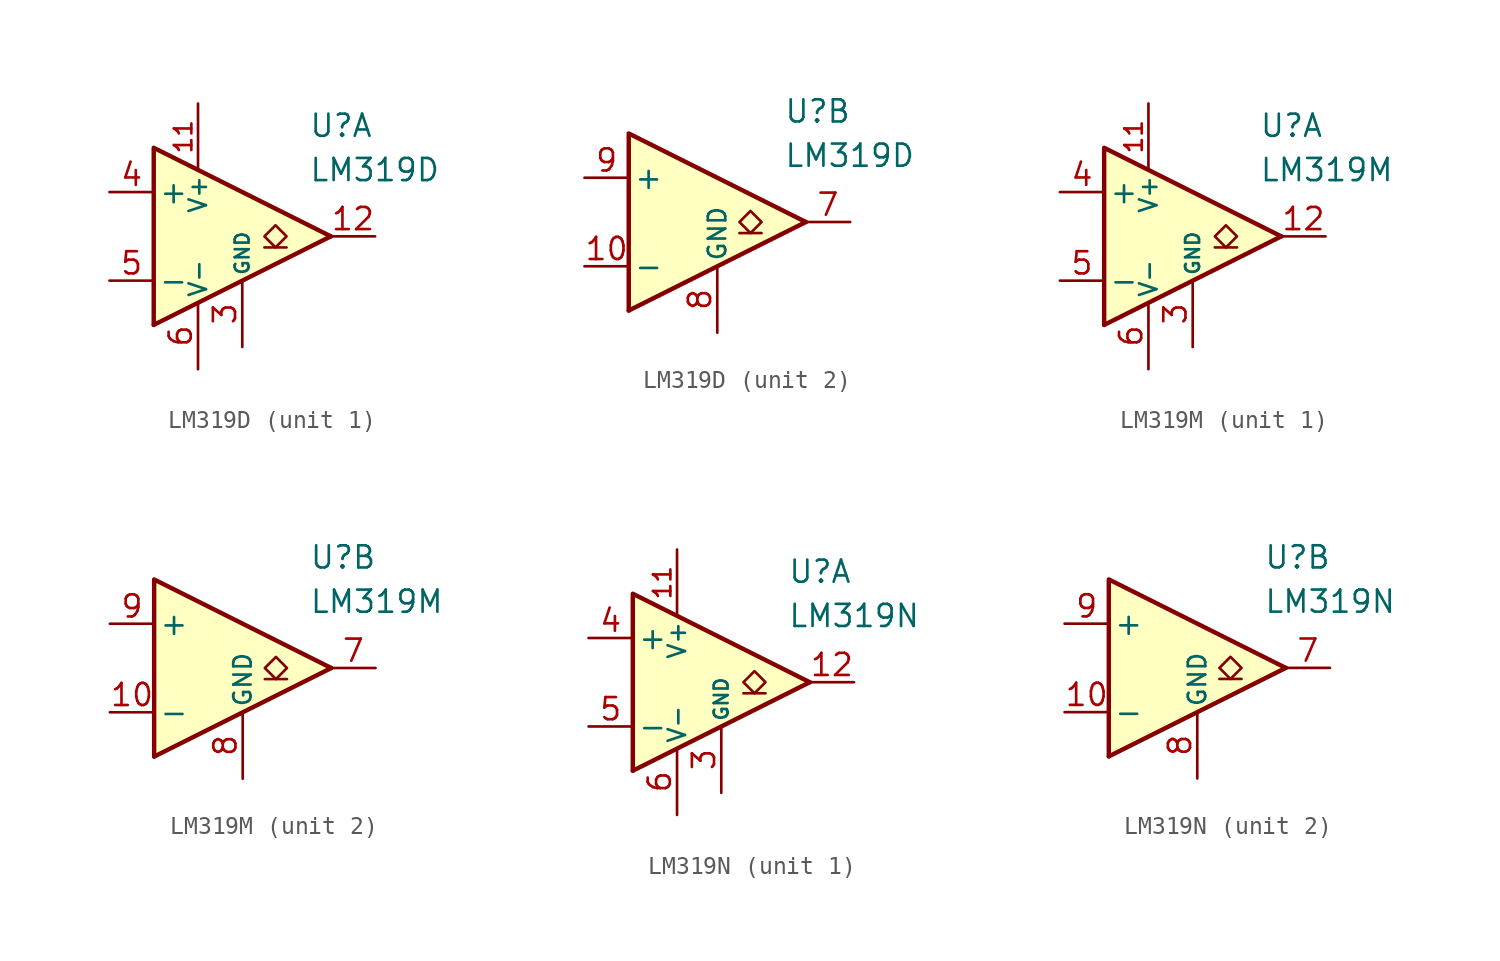
<source format=kicad_sym>
(kicad_symbol_lib
  (version 20231120)
  (generator "kicad_symbol_editor")
  (generator_version "8.0")
  (symbol "LM319D"
    (pin_names
      (offset 0.254))
    (property "Reference" "U"
      (at 6.35 6.35 0)
      (effects (font (size 1.27 1.27)) (justify left)))
    (property "Value" "LM319D"
      (at 6.35 3.81 0)
      (effects (font (size 1.27 1.27)) (justify left)))
    (property "ki_locked" ""
      (at 0 0 0)
      (effects (font (size 1.27 1.27))))
    (symbol "LM319D_0_0"
      (polyline (pts (xy 7.62 0) (xy -2.54 -5.08)) (stroke (width 0.254) (type default)) (fill (type none)))
      (polyline (pts (xy 7.62 0) (xy -2.54 5.08) (xy -2.54 -5.08)) (stroke (width 0.254) (type default)) (fill (type background))))
    (symbol "LM319D_1_1"
      (polyline (pts (xy 5.08 -0.635) (xy 3.81 -0.635)) (stroke (width 0.152) (type default)) (fill (type none)))
      (polyline (pts (xy 4.445 -0.635) (xy 3.81 0) (xy 4.445 0.635) (xy 5.08 0) (xy 4.445 -0.635)) (stroke (width 0.152) (type default)) (fill (type none)))
      (pin no_connect line (at 1.27 2.54 270) (length 2.54) hide (name "NC" (effects (font (size 1.27 1.27)))) (number "1" (effects (font (size 1.27 1.27)))))
      (pin power_in line (at 0 7.62 270) (length 3.81) (name "V+" (effects (font (size 1 1)))) (number "11" (effects (font (size 1 1)))))
      (pin open_collector line (at 10.16 0 180) (length 2.54) (name "~" (effects (font (size 1.27 1.27)))) (number "12" (effects (font (size 1.27 1.27)))))
      (pin no_connect line (at 1.27 -2.54 90) (length 2.54) hide (name "NC" (effects (font (size 1.27 1.27)))) (number "2" (effects (font (size 1.27 1.27)))))
      (pin power_in line (at 2.54 -6.35 90) (length 3.81) (name "GND" (effects (font (size 0.8 0.8)))) (number "3" (effects (font (size 1.27 1.27)))))
      (pin input line (at -5.08 2.54 0) (length 2.54) (name "+" (effects (font (size 1.27 1.27)))) (number "4" (effects (font (size 1.27 1.27)))))
      (pin input line (at -5.08 -2.54 0) (length 2.54) (name "-" (effects (font (size 1.27 1.27)))) (number "5" (effects (font (size 1.27 1.27)))))
      (pin power_in line (at 0 -7.62 90) (length 3.81) (name "V-" (effects (font (size 1 1)))) (number "6" (effects (font (size 1.27 1.27))))))
    (symbol "LM319D_2_1"
      (polyline (pts (xy 5.08 -0.635) (xy 3.81 -0.635)) (stroke (width 0.152) (type default)) (fill (type none)))
      (polyline (pts (xy 4.445 -0.635) (xy 3.81 0) (xy 4.445 0.635) (xy 5.08 0) (xy 4.445 -0.635)) (stroke (width 0.152) (type default)) (fill (type none)))
      (pin input line (at -5.08 -2.54 0) (length 2.54) (name "-" (effects (font (size 1.27 1.27)))) (number "10" (effects (font (size 1.27 1.27)))))
      (pin no_connect line (at 1.27 -2.54 90) (length 2.54) hide (name "NC" (effects (font (size 1.27 1.27)))) (number "13" (effects (font (size 1.27 1.27)))))
      (pin no_connect line (at 1.27 2.54 270) (length 2.54) hide (name "NC" (effects (font (size 1.27 1.27)))) (number "14" (effects (font (size 1.27 1.27)))))
      (pin open_collector line (at 10.16 0 180) (length 2.54) (name "~" (effects (font (size 1.27 1.27)))) (number "7" (effects (font (size 1.27 1.27)))))
      (pin power_in line (at 2.54 -6.35 90) (length 3.81) (name "GND" (effects (font (size 1 1)))) (number "8" (effects (font (size 1.27 1.27)))))
      (pin input line (at -5.08 2.54 0) (length 2.54) (name "+" (effects (font (size 1.27 1.27)))) (number "9" (effects (font (size 1.27 1.27)))))))
  (symbol "LM319M"
    (pin_names
      (offset 0.254))
    (property "Reference" "U"
      (at 6.35 6.35 0)
      (effects (font (size 1.27 1.27)) (justify left)))
    (property "Value" "LM319M"
      (at 6.35 3.81 0)
      (effects (font (size 1.27 1.27)) (justify left)))
    (property "ki_locked" ""
      (at 0 0 0)
      (effects (font (size 1.27 1.27))))
    (symbol "LM319M_0_0"
      (polyline (pts (xy 7.62 0) (xy -2.54 -5.08)) (stroke (width 0.254) (type default)) (fill (type none)))
      (polyline (pts (xy 7.62 0) (xy -2.54 5.08) (xy -2.54 -5.08)) (stroke (width 0.254) (type default)) (fill (type background))))
    (symbol "LM319M_1_1"
      (polyline (pts (xy 5.08 -0.635) (xy 3.81 -0.635)) (stroke (width 0.152) (type default)) (fill (type none)))
      (polyline (pts (xy 4.445 -0.635) (xy 3.81 0) (xy 4.445 0.635) (xy 5.08 0) (xy 4.445 -0.635)) (stroke (width 0.152) (type default)) (fill (type none)))
      (pin no_connect line (at 1.27 -2.54 90) (length 2.54) hide (name "NC" (effects (font (size 1.27 1.27)))) (number "1" (effects (font (size 1.27 1.27)))))
      (pin power_in line (at 0 7.62 270) (length 3.81) (name "V+" (effects (font (size 1 1)))) (number "11" (effects (font (size 1 1)))))
      (pin open_collector line (at 10.16 0 180) (length 2.54) (name "~" (effects (font (size 1.27 1.27)))) (number "12" (effects (font (size 1.27 1.27)))))
      (pin no_connect line (at 1.27 2.54 270) (length 2.54) hide (name "NC" (effects (font (size 1.27 1.27)))) (number "2" (effects (font (size 1.27 1.27)))))
      (pin power_in line (at 2.54 -6.35 90) (length 3.81) (name "GND" (effects (font (size 0.8 0.8)))) (number "3" (effects (font (size 1.27 1.27)))))
      (pin input line (at -5.08 2.54 0) (length 2.54) (name "+" (effects (font (size 1.27 1.27)))) (number "4" (effects (font (size 1.27 1.27)))))
      (pin input line (at -5.08 -2.54 0) (length 2.54) (name "-" (effects (font (size 1.27 1.27)))) (number "5" (effects (font (size 1.27 1.27)))))
      (pin power_in line (at 0 -7.62 90) (length 3.81) (name "V-" (effects (font (size 1 1)))) (number "6" (effects (font (size 1.27 1.27))))))
    (symbol "LM319M_2_1"
      (polyline (pts (xy 5.08 -0.635) (xy 3.81 -0.635)) (stroke (width 0.152) (type default)) (fill (type none)))
      (polyline (pts (xy 4.445 -0.635) (xy 3.81 0) (xy 4.445 0.635) (xy 5.08 0) (xy 4.445 -0.635)) (stroke (width 0.152) (type default)) (fill (type none)))
      (pin input line (at -5.08 -2.54 0) (length 2.54) (name "-" (effects (font (size 1.27 1.27)))) (number "10" (effects (font (size 1.27 1.27)))))
      (pin no_connect line (at 1.27 -2.54 90) (length 2.54) hide (name "NC" (effects (font (size 1.27 1.27)))) (number "13" (effects (font (size 1.27 1.27)))))
      (pin no_connect line (at 1.27 2.54 270) (length 2.54) hide (name "NC" (effects (font (size 1.27 1.27)))) (number "14" (effects (font (size 1.27 1.27)))))
      (pin open_collector line (at 10.16 0 180) (length 2.54) (name "~" (effects (font (size 1.27 1.27)))) (number "7" (effects (font (size 1.27 1.27)))))
      (pin power_in line (at 2.54 -6.35 90) (length 3.81) (name "GND" (effects (font (size 1 1)))) (number "8" (effects (font (size 1.27 1.27)))))
      (pin input line (at -5.08 2.54 0) (length 2.54) (name "+" (effects (font (size 1.27 1.27)))) (number "9" (effects (font (size 1.27 1.27)))))))
  (symbol "LM319N"
    (pin_names
      (offset 0.254))
    (property "Reference" "U"
      (at 6.35 6.35 0)
      (effects (font (size 1.27 1.27)) (justify left)))
    (property "Value" "LM319N"
      (at 6.35 3.81 0)
      (effects (font (size 1.27 1.27)) (justify left)))
    (property "ki_locked" ""
      (at 0 0 0)
      (effects (font (size 1.27 1.27))))
    (symbol "LM319N_0_0"
      (polyline (pts (xy 7.62 0) (xy -2.54 -5.08)) (stroke (width 0.254) (type default)) (fill (type none)))
      (polyline (pts (xy 7.62 0) (xy -2.54 5.08) (xy -2.54 -5.08)) (stroke (width 0.254) (type default)) (fill (type background))))
    (symbol "LM319N_1_1"
      (polyline (pts (xy 5.08 -0.635) (xy 3.81 -0.635)) (stroke (width 0.152) (type default)) (fill (type none)))
      (polyline (pts (xy 4.445 -0.635) (xy 3.81 0) (xy 4.445 0.635) (xy 5.08 0) (xy 4.445 -0.635)) (stroke (width 0.152) (type default)) (fill (type none)))
      (pin no_connect line (at 1.27 -2.54 90) (length 2.54) hide (name "NC" (effects (font (size 1.27 1.27)))) (number "1" (effects (font (size 1.27 1.27)))))
      (pin power_in line (at 0 7.62 270) (length 3.81) (name "V+" (effects (font (size 1 1)))) (number "11" (effects (font (size 1 1)))))
      (pin open_collector line (at 10.16 0 180) (length 2.54) (name "~" (effects (font (size 1.27 1.27)))) (number "12" (effects (font (size 1.27 1.27)))))
      (pin no_connect line (at 1.27 2.54 270) (length 2.54) hide (name "NC" (effects (font (size 1.27 1.27)))) (number "2" (effects (font (size 1.27 1.27)))))
      (pin power_in line (at 2.54 -6.35 90) (length 3.81) (name "GND" (effects (font (size 0.8 0.8)))) (number "3" (effects (font (size 1.27 1.27)))))
      (pin input line (at -5.08 2.54 0) (length 2.54) (name "+" (effects (font (size 1.27 1.27)))) (number "4" (effects (font (size 1.27 1.27)))))
      (pin input line (at -5.08 -2.54 0) (length 2.54) (name "-" (effects (font (size 1.27 1.27)))) (number "5" (effects (font (size 1.27 1.27)))))
      (pin power_in line (at 0 -7.62 90) (length 3.81) (name "V-" (effects (font (size 1 1)))) (number "6" (effects (font (size 1.27 1.27))))))
    (symbol "LM319N_2_1"
      (polyline (pts (xy 5.08 -0.635) (xy 3.81 -0.635)) (stroke (width 0.152) (type default)) (fill (type none)))
      (polyline (pts (xy 4.445 -0.635) (xy 3.81 0) (xy 4.445 0.635) (xy 5.08 0) (xy 4.445 -0.635)) (stroke (width 0.152) (type default)) (fill (type none)))
      (pin input line (at -5.08 -2.54 0) (length 2.54) (name "-" (effects (font (size 1.27 1.27)))) (number "10" (effects (font (size 1.27 1.27)))))
      (pin no_connect line (at 0 -2.54 90) (length 2.54) hide (name "NC" (effects (font (size 1.27 1.27)))) (number "13" (effects (font (size 1.27 1.27)))))
      (pin no_connect line (at 0 2.54 270) (length 2.54) hide (name "NC" (effects (font (size 1.27 1.27)))) (number "14" (effects (font (size 1.27 1.27)))))
      (pin open_collector line (at 10.16 0 180) (length 2.54) (name "~" (effects (font (size 1.27 1.27)))) (number "7" (effects (font (size 1.27 1.27)))))
      (pin power_in line (at 2.54 -6.35 90) (length 3.81) (name "GND" (effects (font (size 1 1)))) (number "8" (effects (font (size 1.27 1.27)))))
      (pin input line (at -5.08 2.54 0) (length 2.54) (name "+" (effects (font (size 1.27 1.27)))) (number "9" (effects (font (size 1.27 1.27))))))))
</source>
